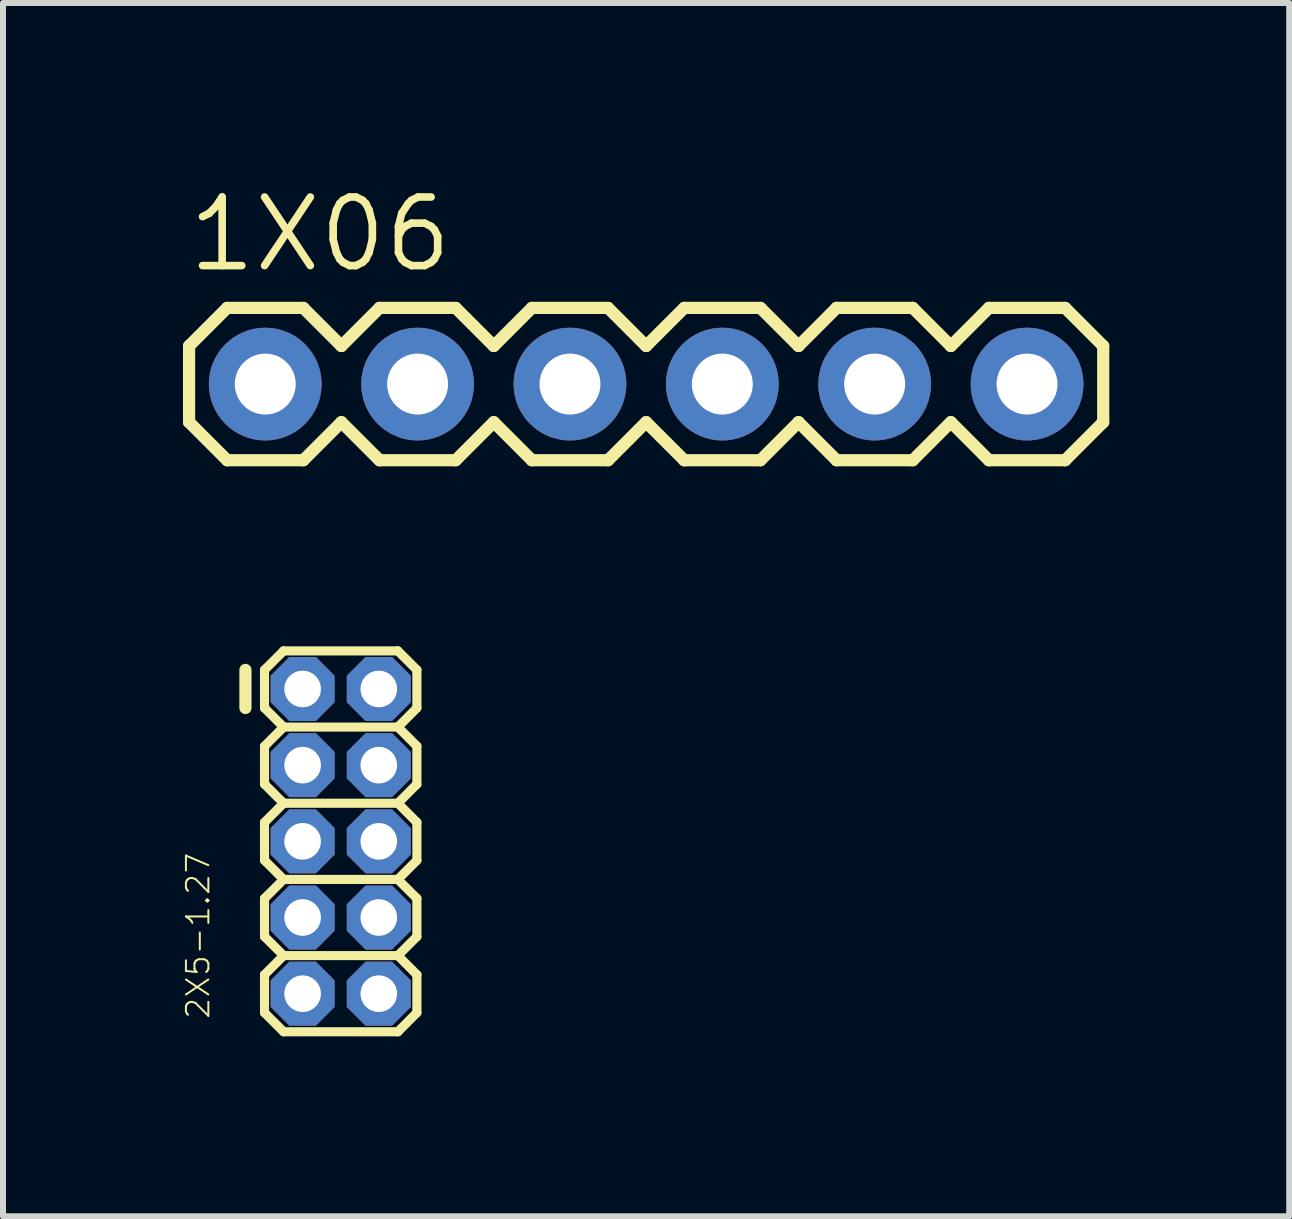
<source format=kicad_pcb>
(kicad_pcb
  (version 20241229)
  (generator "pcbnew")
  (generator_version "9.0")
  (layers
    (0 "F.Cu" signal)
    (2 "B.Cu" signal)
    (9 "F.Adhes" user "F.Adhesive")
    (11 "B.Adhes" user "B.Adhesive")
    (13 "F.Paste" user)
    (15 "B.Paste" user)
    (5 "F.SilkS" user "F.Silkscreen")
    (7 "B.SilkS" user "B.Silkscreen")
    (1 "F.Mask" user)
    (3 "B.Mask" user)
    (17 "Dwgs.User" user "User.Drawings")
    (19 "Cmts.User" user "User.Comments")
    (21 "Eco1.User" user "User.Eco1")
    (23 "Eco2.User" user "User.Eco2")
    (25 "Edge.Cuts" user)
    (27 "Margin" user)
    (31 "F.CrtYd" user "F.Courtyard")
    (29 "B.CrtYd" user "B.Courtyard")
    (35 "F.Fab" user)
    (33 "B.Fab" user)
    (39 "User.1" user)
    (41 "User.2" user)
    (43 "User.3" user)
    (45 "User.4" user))
  (footprint "2X5-1.27"
    (layer "F.Cu")
    (at 3.265 12.246)
    (property "Reference" "2X5-1.27" (at -2.794 1.714 90) (layer "F.SilkS") (effects (font (size 0.374 0.374) (thickness 0.033)) (justify left bottom)))
    (fp_line (start -2.223 -4.128) (end -2.223 -3.493) (stroke (width 0.203) (type solid)) (layer "F.SilkS"))
    (fp_line (start -1.905 -4.128) (end -1.905 -3.493) (stroke (width 0.152) (type solid)) (layer "F.SilkS"))
    (fp_line (start -1.905 -3.493) (end -1.587 -3.175) (stroke (width 0.152) (type solid)) (layer "F.SilkS"))
    (fp_line (start -1.905 -2.857) (end -1.905 -2.223) (stroke (width 0.152) (type solid)) (layer "F.SilkS"))
    (fp_line (start -1.905 -2.223) (end -1.587 -1.905) (stroke (width 0.152) (type solid)) (layer "F.SilkS"))
    (fp_line (start -1.905 -1.587) (end -1.905 -0.953) (stroke (width 0.152) (type solid)) (layer "F.SilkS"))
    (fp_line (start -1.905 -0.953) (end -1.587 -0.635) (stroke (width 0.152) (type solid)) (layer "F.SilkS"))
    (fp_line (start -1.905 -0.318) (end -1.905 0.318) (stroke (width 0.152) (type solid)) (layer "F.SilkS"))
    (fp_line (start -1.905 0.318) (end -1.587 0.635) (stroke (width 0.152) (type solid)) (layer "F.SilkS"))
    (fp_line (start -1.905 0.953) (end -1.905 1.587) (stroke (width 0.152) (type solid)) (layer "F.SilkS"))
    (fp_line (start -1.905 1.587) (end -1.587 1.905) (stroke (width 0.152) (type solid)) (layer "F.SilkS"))
    (fp_line (start -1.587 -4.445) (end -1.905 -4.128) (stroke (width 0.152) (type solid)) (layer "F.SilkS"))
    (fp_line (start -1.587 -4.445) (end 0.318 -4.445) (stroke (width 0.152) (type solid)) (layer "F.SilkS"))
    (fp_line (start -1.587 -3.175) (end -1.905 -2.857) (stroke (width 0.152) (type solid)) (layer "F.SilkS"))
    (fp_line (start -1.587 -1.905) (end -1.905 -1.587) (stroke (width 0.152) (type solid)) (layer "F.SilkS"))
    (fp_line (start -1.587 -0.635) (end -1.905 -0.318) (stroke (width 0.152) (type solid)) (layer "F.SilkS"))
    (fp_line (start -1.587 0.635) (end -1.905 0.953) (stroke (width 0.152) (type solid)) (layer "F.SilkS"))
    (fp_line (start 0.318 -4.445) (end 0.635 -4.128) (stroke (width 0.152) (type solid)) (layer "F.SilkS"))
    (fp_line (start 0.318 -3.175) (end -1.587 -3.175) (stroke (width 0.152) (type solid)) (layer "F.SilkS"))
    (fp_line (start 0.318 -3.175) (end 0.635 -2.857) (stroke (width 0.152) (type solid)) (layer "F.SilkS"))
    (fp_line (start 0.318 -1.905) (end -1.587 -1.905) (stroke (width 0.152) (type solid)) (layer "F.SilkS"))
    (fp_line (start 0.318 -1.905) (end 0.635 -1.587) (stroke (width 0.152) (type solid)) (layer "F.SilkS"))
    (fp_line (start 0.318 -0.635) (end -1.587 -0.635) (stroke (width 0.152) (type solid)) (layer "F.SilkS"))
    (fp_line (start 0.318 -0.635) (end 0.635 -0.318) (stroke (width 0.152) (type solid)) (layer "F.SilkS"))
    (fp_line (start 0.318 0.635) (end -1.587 0.635) (stroke (width 0.152) (type solid)) (layer "F.SilkS"))
    (fp_line (start 0.318 0.635) (end 0.635 0.953) (stroke (width 0.152) (type solid)) (layer "F.SilkS"))
    (fp_line (start 0.318 1.905) (end -1.587 1.905) (stroke (width 0.152) (type solid)) (layer "F.SilkS"))
    (fp_line (start 0.635 -4.128) (end 0.635 -3.493) (stroke (width 0.152) (type solid)) (layer "F.SilkS"))
    (fp_line (start 0.635 -3.493) (end 0.318 -3.175) (stroke (width 0.152) (type solid)) (layer "F.SilkS"))
    (fp_line (start 0.635 -2.857) (end 0.635 -2.223) (stroke (width 0.152) (type solid)) (layer "F.SilkS"))
    (fp_line (start 0.635 -2.223) (end 0.318 -1.905) (stroke (width 0.152) (type solid)) (layer "F.SilkS"))
    (fp_line (start 0.635 -1.587) (end 0.635 -0.953) (stroke (width 0.152) (type solid)) (layer "F.SilkS"))
    (fp_line (start 0.635 -0.953) (end 0.318 -0.635) (stroke (width 0.152) (type solid)) (layer "F.SilkS"))
    (fp_line (start 0.635 -0.318) (end 0.635 0.318) (stroke (width 0.152) (type solid)) (layer "F.SilkS"))
    (fp_line (start 0.635 0.318) (end 0.318 0.635) (stroke (width 0.152) (type solid)) (layer "F.SilkS"))
    (fp_line (start 0.635 0.953) (end 0.635 1.587) (stroke (width 0.152) (type solid)) (layer "F.SilkS"))
    (fp_line (start 0.635 1.587) (end 0.318 1.905) (stroke (width 0.152) (type solid)) (layer "F.SilkS"))
    (fp_poly (pts (xy -1.397 -3.683) (xy -1.143 -3.683) (xy -1.143 -3.937) (xy -1.397 -3.937)) (stroke (width 0.1) (type solid)) (fill no) (layer "F.Fab"))
    (fp_poly (pts (xy -1.397 -2.413) (xy -1.143 -2.413) (xy -1.143 -2.667) (xy -1.397 -2.667)) (stroke (width 0.1) (type solid)) (fill no) (layer "F.Fab"))
    (fp_poly (pts (xy -1.397 -1.143) (xy -1.143 -1.143) (xy -1.143 -1.397) (xy -1.397 -1.397)) (stroke (width 0.1) (type solid)) (fill no) (layer "F.Fab"))
    (fp_poly (pts (xy -1.397 0.127) (xy -1.143 0.127) (xy -1.143 -0.127) (xy -1.397 -0.127)) (stroke (width 0.1) (type solid)) (fill no) (layer "F.Fab"))
    (fp_poly (pts (xy -1.397 1.397) (xy -1.143 1.397) (xy -1.143 1.143) (xy -1.397 1.143)) (stroke (width 0.1) (type solid)) (fill no) (layer "F.Fab"))
    (fp_poly (pts (xy -0.127 -3.683) (xy 0.127 -3.683) (xy 0.127 -3.937) (xy -0.127 -3.937)) (stroke (width 0.1) (type solid)) (fill no) (layer "F.Fab"))
    (fp_poly (pts (xy -0.127 -2.413) (xy 0.127 -2.413) (xy 0.127 -2.667) (xy -0.127 -2.667)) (stroke (width 0.1) (type solid)) (fill no) (layer "F.Fab"))
    (fp_poly (pts (xy -0.127 -1.143) (xy 0.127 -1.143) (xy 0.127 -1.397) (xy -0.127 -1.397)) (stroke (width 0.1) (type solid)) (fill no) (layer "F.Fab"))
    (fp_poly (pts (xy -0.127 0.127) (xy 0.127 0.127) (xy 0.127 -0.127) (xy -0.127 -0.127)) (stroke (width 0.1) (type solid)) (fill no) (layer "F.Fab"))
    (fp_poly (pts (xy -0.127 1.397) (xy 0.127 1.397) (xy 0.127 1.143) (xy -0.127 1.143)) (stroke (width 0.1) (type solid)) (fill no) (layer "F.Fab"))
    (pad "1" thru_hole roundrect (at -1.27 -3.81 270) (size 1.067 1.067) (drill 0.61) (layers "*.Cu" "*.Mask") (roundrect_rratio 0.25) (chamfer_ratio 0.293) (chamfer top_left top_right bottom_left bottom_right))
    (pad "2" thru_hole roundrect (at 0 -3.81 270) (size 1.067 1.067) (drill 0.61) (layers "*.Cu" "*.Mask") (roundrect_rratio 0.25) (chamfer_ratio 0.293) (chamfer top_left top_right bottom_left bottom_right))
    (pad "3" thru_hole roundrect (at -1.27 -2.54 270) (size 1.067 1.067) (drill 0.61) (layers "*.Cu" "*.Mask") (roundrect_rratio 0.25) (chamfer_ratio 0.293) (chamfer top_left top_right bottom_left bottom_right))
    (pad "4" thru_hole roundrect (at 0 -2.54 270) (size 1.067 1.067) (drill 0.61) (layers "*.Cu" "*.Mask") (roundrect_rratio 0.25) (chamfer_ratio 0.293) (chamfer top_left top_right bottom_left bottom_right))
    (pad "5" thru_hole roundrect (at -1.27 -1.27 270) (size 1.067 1.067) (drill 0.61) (layers "*.Cu" "*.Mask") (roundrect_rratio 0.25) (chamfer_ratio 0.293) (chamfer top_left top_right bottom_left bottom_right))
    (pad "6" thru_hole roundrect (at 0 -1.27 270) (size 1.067 1.067) (drill 0.61) (layers "*.Cu" "*.Mask") (roundrect_rratio 0.25) (chamfer_ratio 0.293) (chamfer top_left top_right bottom_left bottom_right))
    (pad "7" thru_hole roundrect (at -1.27 0 270) (size 1.067 1.067) (drill 0.61) (layers "*.Cu" "*.Mask") (roundrect_rratio 0.25) (chamfer_ratio 0.293) (chamfer top_left top_right bottom_left bottom_right))
    (pad "8" thru_hole roundrect (at 0 0 270) (size 1.067 1.067) (drill 0.61) (layers "*.Cu" "*.Mask") (roundrect_rratio 0.25) (chamfer_ratio 0.293) (chamfer top_left top_right bottom_left bottom_right))
    (pad "9" thru_hole roundrect (at -1.27 1.27 270) (size 1.067 1.067) (drill 0.61) (layers "*.Cu" "*.Mask") (roundrect_rratio 0.25) (chamfer_ratio 0.293) (chamfer top_left top_right bottom_left bottom_right))
    (pad "10" thru_hole roundrect (at 0 1.27 270) (size 1.067 1.067) (drill 0.61) (layers "*.Cu" "*.Mask") (roundrect_rratio 0.25) (chamfer_ratio 0.293) (chamfer top_left top_right bottom_left bottom_right)))
  (footprint "1X06"
    (layer "F.Cu")
    (at 1.372 3.353)
    (property "Reference" "1X06" (at -1.346 -1.829 0) (layer "F.SilkS") (effects (font (size 1.143 1.143) (thickness 0.127)) (justify left bottom)))
    (fp_line (start -1.27 -0.635) (end -1.27 0.635) (stroke (width 0.203) (type solid)) (layer "F.SilkS"))
    (fp_line (start -1.27 0.635) (end -0.635 1.27) (stroke (width 0.203) (type solid)) (layer "F.SilkS"))
    (fp_line (start -0.635 -1.27) (end -1.27 -0.635) (stroke (width 0.203) (type solid)) (layer "F.SilkS"))
    (fp_line (start -0.635 -1.27) (end 0.635 -1.27) (stroke (width 0.203) (type solid)) (layer "F.SilkS"))
    (fp_line (start 0.635 -1.27) (end 1.27 -0.635) (stroke (width 0.203) (type solid)) (layer "F.SilkS"))
    (fp_line (start 0.635 1.27) (end -0.635 1.27) (stroke (width 0.203) (type solid)) (layer "F.SilkS"))
    (fp_line (start 1.27 -0.635) (end 1.905 -1.27) (stroke (width 0.203) (type solid)) (layer "F.SilkS"))
    (fp_line (start 1.27 0.635) (end 0.635 1.27) (stroke (width 0.203) (type solid)) (layer "F.SilkS"))
    (fp_line (start 1.905 -1.27) (end 3.175 -1.27) (stroke (width 0.203) (type solid)) (layer "F.SilkS"))
    (fp_line (start 1.905 1.27) (end 1.27 0.635) (stroke (width 0.203) (type solid)) (layer "F.SilkS"))
    (fp_line (start 3.175 -1.27) (end 3.81 -0.635) (stroke (width 0.203) (type solid)) (layer "F.SilkS"))
    (fp_line (start 3.175 1.27) (end 1.905 1.27) (stroke (width 0.203) (type solid)) (layer "F.SilkS"))
    (fp_line (start 3.81 -0.635) (end 4.445 -1.27) (stroke (width 0.203) (type solid)) (layer "F.SilkS"))
    (fp_line (start 3.81 0.635) (end 3.175 1.27) (stroke (width 0.203) (type solid)) (layer "F.SilkS"))
    (fp_line (start 4.445 -1.27) (end 5.715 -1.27) (stroke (width 0.203) (type solid)) (layer "F.SilkS"))
    (fp_line (start 4.445 1.27) (end 3.81 0.635) (stroke (width 0.203) (type solid)) (layer "F.SilkS"))
    (fp_line (start 5.715 -1.27) (end 6.35 -0.635) (stroke (width 0.203) (type solid)) (layer "F.SilkS"))
    (fp_line (start 5.715 1.27) (end 4.445 1.27) (stroke (width 0.203) (type solid)) (layer "F.SilkS"))
    (fp_line (start 6.35 0.635) (end 5.715 1.27) (stroke (width 0.203) (type solid)) (layer "F.SilkS"))
    (fp_line (start 6.35 0.635) (end 6.985 1.27) (stroke (width 0.203) (type solid)) (layer "F.SilkS"))
    (fp_line (start 6.985 -1.27) (end 6.35 -0.635) (stroke (width 0.203) (type solid)) (layer "F.SilkS"))
    (fp_line (start 6.985 -1.27) (end 8.255 -1.27) (stroke (width 0.203) (type solid)) (layer "F.SilkS"))
    (fp_line (start 8.255 -1.27) (end 8.89 -0.635) (stroke (width 0.203) (type solid)) (layer "F.SilkS"))
    (fp_line (start 8.255 1.27) (end 6.985 1.27) (stroke (width 0.203) (type solid)) (layer "F.SilkS"))
    (fp_line (start 8.89 -0.635) (end 9.525 -1.27) (stroke (width 0.203) (type solid)) (layer "F.SilkS"))
    (fp_line (start 8.89 0.635) (end 8.255 1.27) (stroke (width 0.203) (type solid)) (layer "F.SilkS"))
    (fp_line (start 9.525 -1.27) (end 10.795 -1.27) (stroke (width 0.203) (type solid)) (layer "F.SilkS"))
    (fp_line (start 9.525 1.27) (end 8.89 0.635) (stroke (width 0.203) (type solid)) (layer "F.SilkS"))
    (fp_line (start 10.795 -1.27) (end 11.43 -0.635) (stroke (width 0.203) (type solid)) (layer "F.SilkS"))
    (fp_line (start 10.795 1.27) (end 9.525 1.27) (stroke (width 0.203) (type solid)) (layer "F.SilkS"))
    (fp_line (start 11.43 -0.635) (end 12.065 -1.27) (stroke (width 0.203) (type solid)) (layer "F.SilkS"))
    (fp_line (start 11.43 0.635) (end 10.795 1.27) (stroke (width 0.203) (type solid)) (layer "F.SilkS"))
    (fp_line (start 12.065 -1.27) (end 13.335 -1.27) (stroke (width 0.203) (type solid)) (layer "F.SilkS"))
    (fp_line (start 12.065 1.27) (end 11.43 0.635) (stroke (width 0.203) (type solid)) (layer "F.SilkS"))
    (fp_line (start 13.335 -1.27) (end 13.97 -0.635) (stroke (width 0.203) (type solid)) (layer "F.SilkS"))
    (fp_line (start 13.335 1.27) (end 12.065 1.27) (stroke (width 0.203) (type solid)) (layer "F.SilkS"))
    (fp_line (start 13.97 -0.635) (end 13.97 0.635) (stroke (width 0.203) (type solid)) (layer "F.SilkS"))
    (fp_line (start 13.97 0.635) (end 13.335 1.27) (stroke (width 0.203) (type solid)) (layer "F.SilkS"))
    (fp_poly (pts (xy -0.254 0.254) (xy 0.254 0.254) (xy 0.254 -0.254) (xy -0.254 -0.254)) (stroke (width 0.1) (type solid)) (fill no) (layer "F.Fab"))
    (fp_poly (pts (xy 2.286 0.254) (xy 2.794 0.254) (xy 2.794 -0.254) (xy 2.286 -0.254)) (stroke (width 0.1) (type solid)) (fill no) (layer "F.Fab"))
    (fp_poly (pts (xy 4.826 0.254) (xy 5.334 0.254) (xy 5.334 -0.254) (xy 4.826 -0.254)) (stroke (width 0.1) (type solid)) (fill no) (layer "F.Fab"))
    (fp_poly (pts (xy 7.366 0.254) (xy 7.874 0.254) (xy 7.874 -0.254) (xy 7.366 -0.254)) (stroke (width 0.1) (type solid)) (fill no) (layer "F.Fab"))
    (fp_poly (pts (xy 9.906 0.254) (xy 10.414 0.254) (xy 10.414 -0.254) (xy 9.906 -0.254)) (stroke (width 0.1) (type solid)) (fill no) (layer "F.Fab"))
    (fp_poly (pts (xy 12.446 0.254) (xy 12.954 0.254) (xy 12.954 -0.254) (xy 12.446 -0.254)) (stroke (width 0.1) (type solid)) (fill no) (layer "F.Fab"))
    (pad "1" thru_hole circle (at 0 0 90) (size 1.88 1.88) (drill 1.016) (layers "*.Cu" "*.Mask"))
    (pad "2" thru_hole circle (at 2.54 0 90) (size 1.88 1.88) (drill 1.016) (layers "*.Cu" "*.Mask"))
    (pad "3" thru_hole circle (at 5.08 0 90) (size 1.88 1.88) (drill 1.016) (layers "*.Cu" "*.Mask"))
    (pad "4" thru_hole circle (at 7.62 0 90) (size 1.88 1.88) (drill 1.016) (layers "*.Cu" "*.Mask"))
    (pad "5" thru_hole circle (at 10.16 0 90) (size 1.88 1.88) (drill 1.016) (layers "*.Cu" "*.Mask"))
    (pad "6" thru_hole circle (at 12.7 0 90) (size 1.88 1.88) (drill 1.016) (layers "*.Cu" "*.Mask")))
  (gr_rect
    (start -3 -3)
    (end 18.443 17.227)
    (stroke (width 0.1) (type default))
    (fill no)
    (layer "Edge.Cuts")))
</source>
